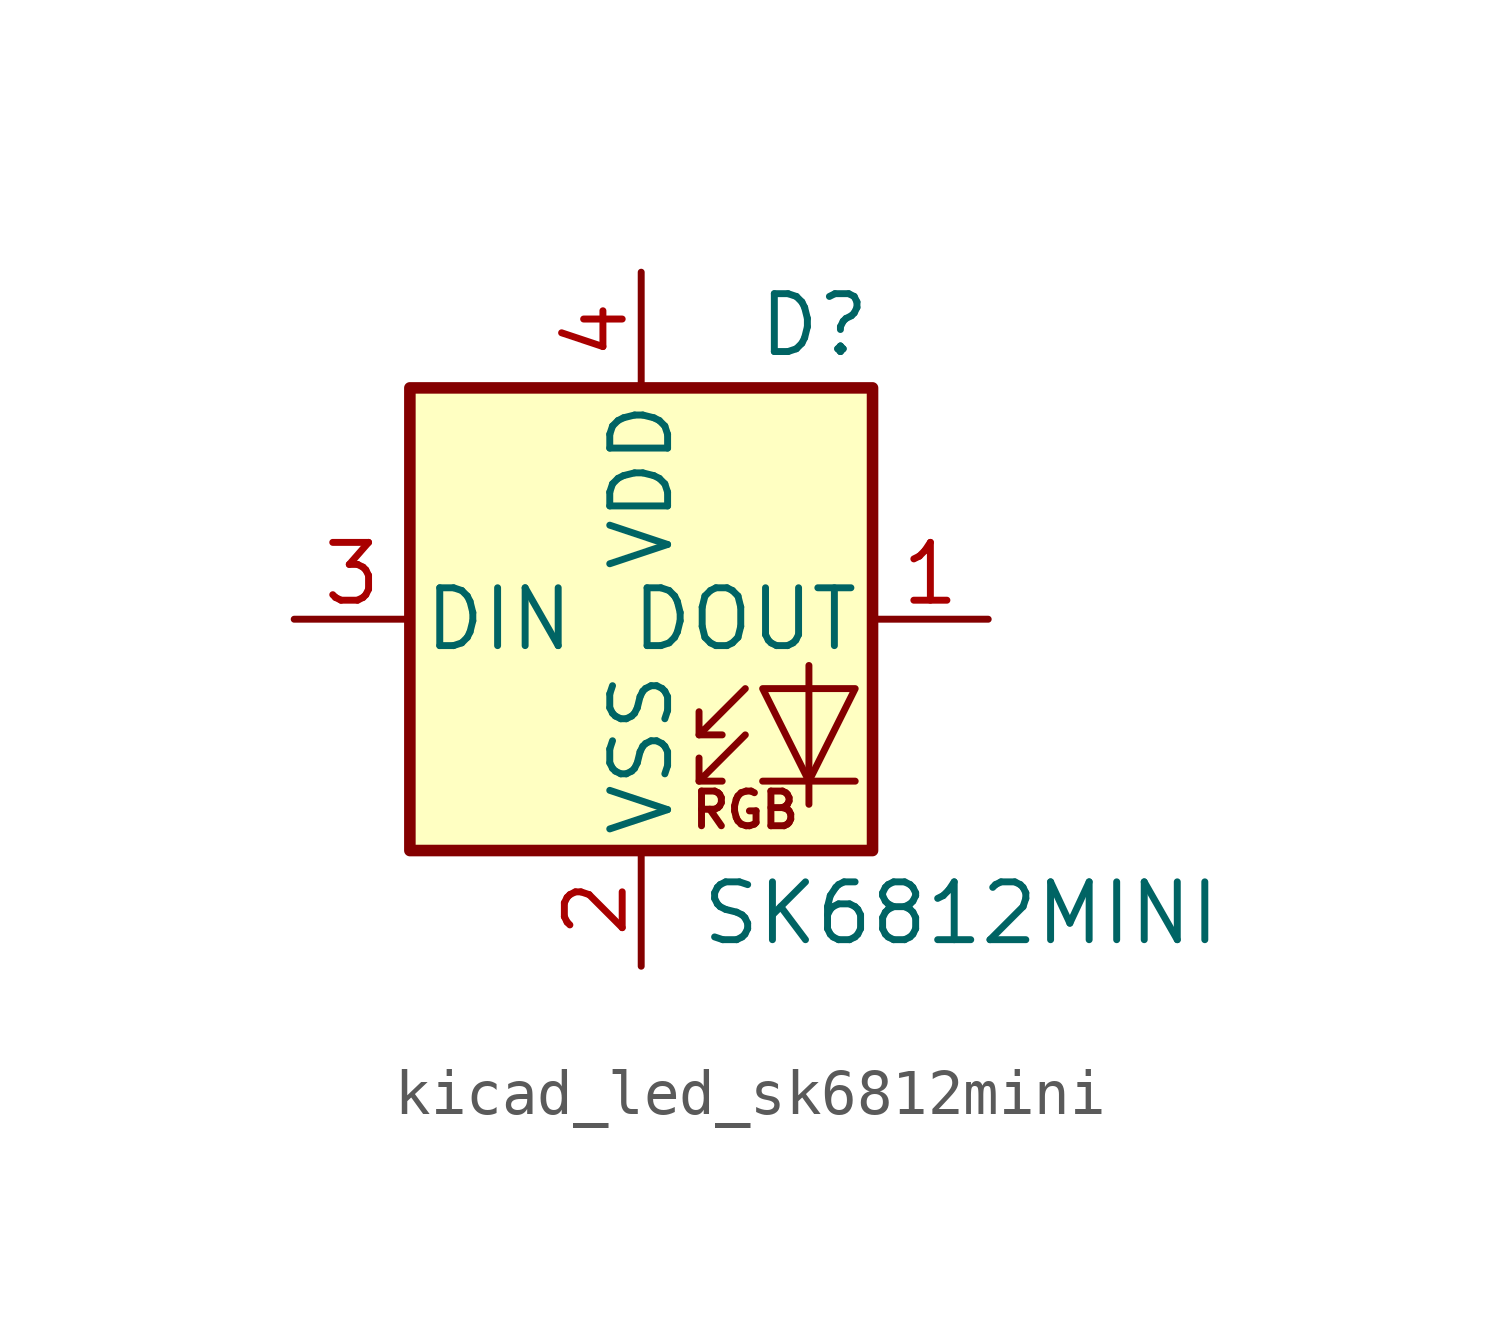
<source format=kicad_sym>
(kicad_symbol_lib
  (version 20220914)
  (generator kicad_symbol_editor)
  (symbol "kicad_led_sk6812mini"
    (pin_names
      (offset 0.254))
    (property "Reference" "D"
      (at 5.08 5.715 0)
      (effects (font (size 1.27 1.27)) (justify right bottom)))
    (property "Value" "SK6812MINI"
      (at 1.27 -5.715 0)
      (effects (font (size 1.27 1.27)) (justify left top)))
    (symbol "kicad_led_sk6812mini_0_0"
      (text "RGB" (at 2.286 -4.191 0) (effects (font (size 0.762 0.762)))))
    (symbol "kicad_led_sk6812mini_0_1"
      (polyline (pts (xy 1.27 -3.556) (xy 1.778 -3.556)) (stroke (width 0) (type default)) (fill (type none)))
      (polyline (pts (xy 1.27 -2.54) (xy 1.778 -2.54)) (stroke (width 0) (type default)) (fill (type none)))
      (polyline (pts (xy 4.699 -3.556) (xy 2.667 -3.556)) (stroke (width 0) (type default)) (fill (type none)))
      (polyline (pts (xy 2.286 -2.54) (xy 1.27 -3.556) (xy 1.27 -3.048)) (stroke (width 0) (type default)) (fill (type none)))
      (polyline (pts (xy 2.286 -1.524) (xy 1.27 -2.54) (xy 1.27 -2.032)) (stroke (width 0) (type default)) (fill (type none)))
      (polyline (pts (xy 3.683 -1.016) (xy 3.683 -3.556) (xy 3.683 -4.064)) (stroke (width 0) (type default)) (fill (type none)))
      (polyline (pts (xy 4.699 -1.524) (xy 2.667 -1.524) (xy 3.683 -3.556) (xy 4.699 -1.524)) (stroke (width 0) (type default)) (fill (type none)))
      (rectangle (start 5.08 5.08) (end -5.08 -5.08) (stroke (width 0.254) (type default)) (fill (type background))))
    (symbol "kicad_led_sk6812mini_1_1"
      (pin output line (at 7.62 0 180) (length 2.54) (name "DOUT" (effects (font (size 1.27 1.27)))) (number "1" (effects (font (size 1.27 1.27)))))
      (pin power_in line (at 0 -7.62 90) (length 2.54) (name "VSS" (effects (font (size 1.27 1.27)))) (number "2" (effects (font (size 1.27 1.27)))))
      (pin input line (at -7.62 0 0) (length 2.54) (name "DIN" (effects (font (size 1.27 1.27)))) (number "3" (effects (font (size 1.27 1.27)))))
      (pin power_in line (at 0 7.62 270) (length 2.54) (name "VDD" (effects (font (size 1.27 1.27)))) (number "4" (effects (font (size 1.27 1.27))))))))
</source>
